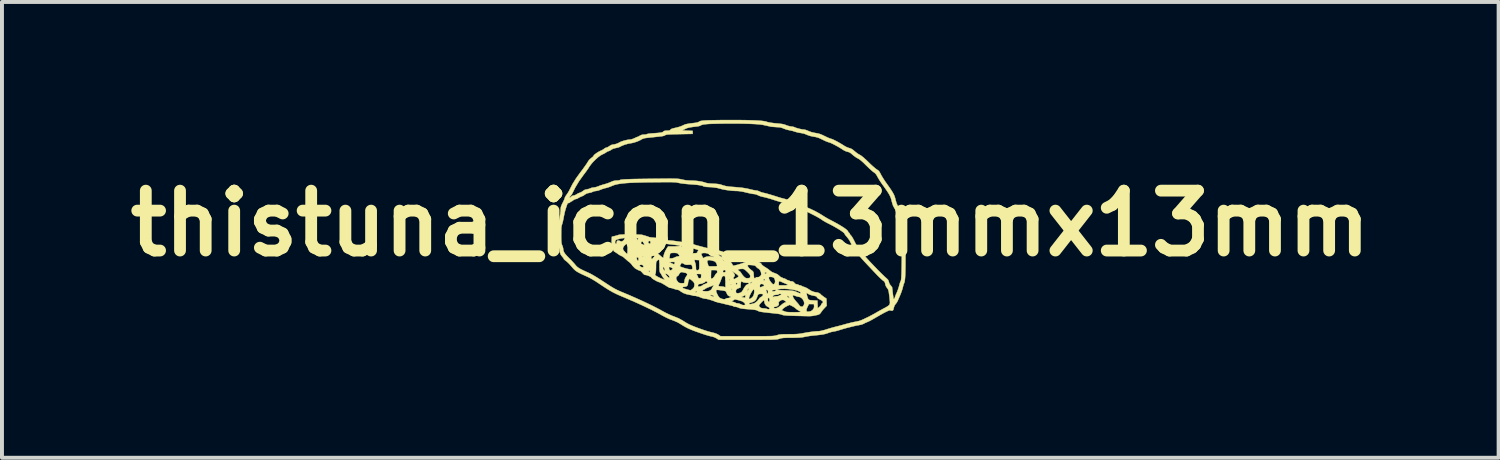
<source format=kicad_pcb>
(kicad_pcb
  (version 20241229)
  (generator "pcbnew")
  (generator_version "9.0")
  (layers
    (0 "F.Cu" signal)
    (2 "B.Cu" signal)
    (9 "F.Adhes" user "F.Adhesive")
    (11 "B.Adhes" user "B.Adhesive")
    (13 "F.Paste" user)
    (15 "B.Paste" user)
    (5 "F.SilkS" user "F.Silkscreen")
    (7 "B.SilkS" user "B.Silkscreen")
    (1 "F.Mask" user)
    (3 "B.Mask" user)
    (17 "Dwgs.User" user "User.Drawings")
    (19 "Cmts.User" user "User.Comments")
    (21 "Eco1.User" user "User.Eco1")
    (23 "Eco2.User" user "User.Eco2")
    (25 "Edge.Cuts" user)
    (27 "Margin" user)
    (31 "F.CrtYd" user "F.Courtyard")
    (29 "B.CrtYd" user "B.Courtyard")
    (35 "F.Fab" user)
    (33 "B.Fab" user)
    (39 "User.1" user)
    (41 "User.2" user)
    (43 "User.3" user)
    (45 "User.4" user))
  (footprint "thistuna_icon_13mmx13mm"
    (layer "F.Cu")
    (at 16.046 2.637)
    (property "Reference" "thistuna_icon_13mmx13mm" (at 0 0 0) (layer "F.SilkS") (effects (font (size 1.524 1.524) (thickness 0.3))))
    (attr through_hole)
    (fp_poly (pts (xy -0.317 -2.631) (xy -0.151 -2.63) (xy -0.005 -2.626) (xy 0.121 -2.622) (xy 0.226 -2.616) (xy 0.308 -2.609) (xy 0.367 -2.6) (xy 0.4 -2.592) (xy 0.447 -2.577) (xy 0.516 -2.564) (xy 0.606 -2.552) (xy 0.713 -2.542) (xy 0.724 -2.541) (xy 0.811 -2.531) (xy 0.877 -2.515) (xy 0.906 -2.503) (xy 0.956 -2.485) (xy 1.014 -2.471) (xy 1.039 -2.467) (xy 1.081 -2.462) (xy 1.114 -2.454) (xy 1.127 -2.448) (xy 1.149 -2.438) (xy 1.189 -2.425) (xy 1.238 -2.411) (xy 1.29 -2.4) (xy 1.336 -2.391) (xy 1.369 -2.388) (xy 1.403 -2.382) (xy 1.447 -2.367) (xy 1.483 -2.351) (xy 1.557 -2.323) (xy 1.646 -2.303) (xy 1.662 -2.301) (xy 1.722 -2.29) (xy 1.775 -2.275) (xy 1.832 -2.252) (xy 1.89 -2.224) (xy 1.946 -2.197) (xy 1.997 -2.174) (xy 2.037 -2.159) (xy 2.056 -2.154) (xy 2.087 -2.144) (xy 2.134 -2.122) (xy 2.192 -2.093) (xy 2.257 -2.057) (xy 2.324 -2.018) (xy 2.387 -1.978) (xy 2.394 -1.974) (xy 2.442 -1.947) (xy 2.493 -1.926) (xy 2.52 -1.918) (xy 2.565 -1.903) (xy 2.61 -1.875) (xy 2.653 -1.839) (xy 2.697 -1.803) (xy 2.743 -1.77) (xy 2.781 -1.749) (xy 2.819 -1.726) (xy 2.873 -1.684) (xy 2.941 -1.623) (xy 3.004 -1.563) (xy 3.06 -1.508) (xy 3.115 -1.458) (xy 3.164 -1.416) (xy 3.202 -1.385) (xy 3.223 -1.371) (xy 3.255 -1.35) (xy 3.28 -1.324) (xy 3.303 -1.285) (xy 3.321 -1.251) (xy 3.345 -1.206) (xy 3.381 -1.147) (xy 3.422 -1.083) (xy 3.466 -1.021) (xy 3.47 -1.015) (xy 3.533 -0.927) (xy 3.582 -0.855) (xy 3.62 -0.795) (xy 3.649 -0.743) (xy 3.67 -0.695) (xy 3.685 -0.648) (xy 3.697 -0.599) (xy 3.721 -0.514) (xy 3.75 -0.451) (xy 3.759 -0.436) (xy 3.782 -0.398) (xy 3.795 -0.363) (xy 3.797 -0.349) (xy 3.802 -0.321) (xy 3.816 -0.279) (xy 3.834 -0.231) (xy 3.835 -0.229) (xy 3.858 -0.169) (xy 3.871 -0.115) (xy 3.874 -0.087) (xy 3.879 -0.048) (xy 3.892 0.004) (xy 3.91 0.058) (xy 3.912 0.064) (xy 3.95 0.159) (xy 3.95 0.755) (xy 3.949 0.912) (xy 3.949 1.046) (xy 3.947 1.159) (xy 3.945 1.253) (xy 3.942 1.329) (xy 3.938 1.391) (xy 3.933 1.439) (xy 3.927 1.476) (xy 3.92 1.505) (xy 3.911 1.526) (xy 3.911 1.526) (xy 3.902 1.549) (xy 3.891 1.588) (xy 3.88 1.631) (xy 3.865 1.685) (xy 3.843 1.749) (xy 3.82 1.809) (xy 3.818 1.813) (xy 3.795 1.867) (xy 3.772 1.919) (xy 3.755 1.96) (xy 3.753 1.965) (xy 3.733 2.003) (xy 3.712 2.034) (xy 3.705 2.041) (xy 3.673 2.084) (xy 3.651 2.147) (xy 3.646 2.172) (xy 3.636 2.204) (xy 3.617 2.219) (xy 3.608 2.22) (xy 3.58 2.219) (xy 3.565 2.212) (xy 3.551 2.209) (xy 3.521 2.218) (xy 3.474 2.239) (xy 3.41 2.271) (xy 3.328 2.316) (xy 3.227 2.374) (xy 3.113 2.44) (xy 3.063 2.468) (xy 3.012 2.494) (xy 2.973 2.51) (xy 2.931 2.528) (xy 2.893 2.547) (xy 2.883 2.553) (xy 2.855 2.565) (xy 2.811 2.578) (xy 2.759 2.588) (xy 2.75 2.59) (xy 2.698 2.599) (xy 2.629 2.615) (xy 2.548 2.635) (xy 2.463 2.656) (xy 2.381 2.679) (xy 2.306 2.701) (xy 2.247 2.72) (xy 2.241 2.722) (xy 2.198 2.734) (xy 2.145 2.746) (xy 2.121 2.749) (xy 2.069 2.76) (xy 2.01 2.777) (xy 1.975 2.79) (xy 1.918 2.809) (xy 1.847 2.824) (xy 1.784 2.833) (xy 1.715 2.841) (xy 1.638 2.849) (xy 1.568 2.856) (xy 1.562 2.857) (xy 1.498 2.865) (xy 1.432 2.876) (xy 1.376 2.887) (xy 1.372 2.888) (xy 1.325 2.897) (xy 1.266 2.903) (xy 1.189 2.906) (xy 1.092 2.908) (xy 1.053 2.908) (xy 0.966 2.909) (xy 0.899 2.91) (xy 0.848 2.913) (xy 0.809 2.917) (xy 0.777 2.923) (xy 0.747 2.932) (xy 0.743 2.934) (xy 0.726 2.939) (xy 0.709 2.944) (xy 0.689 2.947) (xy 0.663 2.951) (xy 0.631 2.953) (xy 0.589 2.955) (xy 0.535 2.957) (xy 0.469 2.958) (xy 0.386 2.958) (xy 0.285 2.959) (xy 0.165 2.959) (xy 0.023 2.959) (xy -0.069 2.959) (xy -0.806 2.959) (xy -0.861 2.923) (xy -0.907 2.899) (xy -0.957 2.882) (xy -0.974 2.878) (xy -1.009 2.871) (xy -1.061 2.857) (xy -1.123 2.839) (xy -1.186 2.819) (xy -1.311 2.776) (xy -1.415 2.739) (xy -1.502 2.705) (xy -1.575 2.674) (xy -1.638 2.642) (xy -1.695 2.61) (xy -1.74 2.582) (xy -1.843 2.52) (xy -1.945 2.475) (xy -1.981 2.462) (xy -2.054 2.434) (xy -2.141 2.394) (xy -2.237 2.344) (xy -2.292 2.313) (xy -2.381 2.265) (xy -2.49 2.209) (xy -2.614 2.149) (xy -2.75 2.084) (xy -2.895 2.018) (xy -3.043 1.953) (xy -3.191 1.889) (xy -3.271 1.856) (xy -3.352 1.821) (xy -3.426 1.787) (xy -3.497 1.751) (xy -3.57 1.71) (xy -3.65 1.661) (xy -3.74 1.603) (xy -3.845 1.533) (xy -3.873 1.514) (xy -3.941 1.469) (xy -4.016 1.424) (xy -4.088 1.384) (xy -4.149 1.354) (xy -4.156 1.351) (xy -4.247 1.31) (xy -4.318 1.277) (xy -4.373 1.248) (xy -4.417 1.223) (xy -4.453 1.197) (xy -4.485 1.168) (xy -4.516 1.135) (xy -4.546 1.099) (xy -4.589 1.05) (xy -4.634 1.004) (xy -4.673 0.968) (xy -4.693 0.952) (xy -4.725 0.928) (xy -4.745 0.906) (xy -4.75 0.897) (xy -4.758 0.878) (xy -4.78 0.853) (xy -4.783 0.85) (xy -4.824 0.796) (xy -4.848 0.732) (xy -4.852 0.696) (xy -4.857 0.658) (xy -4.871 0.613) (xy -4.877 0.599) (xy -4.886 0.577) (xy -4.892 0.554) (xy -4.897 0.524) (xy -4.9 0.484) (xy -4.901 0.431) (xy -4.902 0.359) (xy -4.902 0.285) (xy -4.902 0.281) (xy -4.813 0.281) (xy -4.813 0.289) (xy -4.813 0.37) (xy -4.811 0.431) (xy -4.808 0.475) (xy -4.804 0.508) (xy -4.797 0.535) (xy -4.788 0.557) (xy -4.772 0.599) (xy -4.763 0.638) (xy -4.763 0.649) (xy -4.758 0.689) (xy -4.742 0.729) (xy -4.714 0.773) (xy -4.669 0.825) (xy -4.618 0.877) (xy -4.568 0.926) (xy -4.52 0.978) (xy -4.478 1.024) (xy -4.455 1.052) (xy -4.43 1.081) (xy -4.402 1.108) (xy -4.367 1.133) (xy -4.322 1.16) (xy -4.263 1.19) (xy -4.187 1.225) (xy -4.111 1.259) (xy -4.062 1.283) (xy -3.996 1.32) (xy -3.917 1.367) (xy -3.829 1.422) (xy -3.737 1.482) (xy -3.722 1.492) (xy -3.633 1.55) (xy -3.561 1.597) (xy -3.5 1.634) (xy -3.445 1.665) (xy -3.392 1.692) (xy -3.336 1.718) (xy -3.272 1.746) (xy -3.232 1.762) (xy -3.072 1.829) (xy -2.913 1.899) (xy -2.757 1.969) (xy -2.61 2.038) (xy -2.475 2.104) (xy -2.356 2.165) (xy -2.261 2.216) (xy -2.158 2.272) (xy -2.061 2.319) (xy -1.976 2.356) (xy -1.937 2.37) (xy -1.825 2.415) (xy -1.718 2.474) (xy -1.689 2.493) (xy -1.626 2.532) (xy -1.558 2.569) (xy -1.479 2.604) (xy -1.387 2.641) (xy -1.278 2.681) (xy -1.156 2.723) (xy -1.092 2.743) (xy -1.028 2.761) (xy -0.973 2.775) (xy -0.947 2.78) (xy -0.888 2.797) (xy -0.83 2.822) (xy -0.814 2.832) (xy -0.756 2.87) (xy -0.075 2.87) (xy 0.074 2.87) (xy 0.201 2.87) (xy 0.306 2.87) (xy 0.392 2.869) (xy 0.463 2.868) (xy 0.518 2.867) (xy 0.562 2.865) (xy 0.596 2.862) (xy 0.623 2.859) (xy 0.644 2.855) (xy 0.662 2.85) (xy 0.679 2.845) (xy 0.679 2.845) (xy 0.71 2.835) (xy 0.742 2.829) (xy 0.781 2.824) (xy 0.83 2.821) (xy 0.895 2.82) (xy 0.981 2.819) (xy 0.983 2.819) (xy 1.082 2.819) (xy 1.161 2.816) (xy 1.228 2.811) (xy 1.286 2.804) (xy 1.333 2.795) (xy 1.43 2.777) (xy 1.528 2.762) (xy 1.618 2.751) (xy 1.695 2.744) (xy 1.732 2.743) (xy 1.773 2.739) (xy 1.83 2.727) (xy 1.895 2.71) (xy 1.929 2.699) (xy 1.994 2.679) (xy 2.061 2.659) (xy 2.119 2.643) (xy 2.146 2.636) (xy 2.189 2.625) (xy 2.249 2.61) (xy 2.32 2.591) (xy 2.393 2.571) (xy 2.413 2.565) (xy 2.486 2.545) (xy 2.56 2.527) (xy 2.625 2.512) (xy 2.676 2.502) (xy 2.686 2.5) (xy 2.743 2.489) (xy 2.8 2.472) (xy 2.838 2.457) (xy 2.885 2.436) (xy 2.94 2.409) (xy 2.985 2.389) (xy 3.032 2.365) (xy 3.092 2.333) (xy 3.155 2.299) (xy 3.188 2.28) (xy 3.25 2.244) (xy 3.317 2.207) (xy 3.378 2.173) (xy 3.404 2.16) (xy 3.466 2.126) (xy 3.509 2.099) (xy 3.536 2.074) (xy 3.55 2.047) (xy 3.554 2.013) (xy 3.551 1.97) (xy 3.546 1.917) (xy 3.541 1.865) (xy 3.537 1.835) (xy 3.53 1.787) (xy 3.524 1.736) (xy 3.523 1.732) (xy 3.504 1.672) (xy 3.48 1.641) (xy 3.446 1.587) (xy 3.435 1.543) (xy 3.425 1.503) (xy 3.408 1.476) (xy 3.38 1.455) (xy 3.355 1.435) (xy 3.317 1.401) (xy 3.271 1.356) (xy 3.221 1.306) (xy 3.204 1.287) (xy 3.146 1.227) (xy 3.079 1.155) (xy 3.009 1.081) (xy 2.943 1.011) (xy 2.924 0.991) (xy 2.87 0.932) (xy 2.819 0.875) (xy 2.775 0.822) (xy 2.742 0.78) (xy 2.728 0.762) (xy 2.699 0.72) (xy 2.669 0.683) (xy 2.65 0.662) (xy 2.631 0.637) (xy 2.606 0.596) (xy 2.581 0.545) (xy 2.571 0.523) (xy 2.524 0.43) (xy 2.471 0.357) (xy 2.462 0.347) (xy 2.432 0.312) (xy 2.409 0.282) (xy 2.4 0.264) (xy 2.4 0.263) (xy 2.389 0.246) (xy 2.359 0.22) (xy 2.312 0.186) (xy 2.252 0.147) (xy 2.181 0.105) (xy 2.104 0.061) (xy 2.023 0.019) (xy 1.957 -0.014) (xy 1.905 -0.042) (xy 1.852 -0.073) (xy 1.818 -0.097) (xy 1.779 -0.123) (xy 1.722 -0.156) (xy 1.653 -0.194) (xy 1.576 -0.233) (xy 1.498 -0.272) (xy 1.424 -0.307) (xy 1.359 -0.335) (xy 1.316 -0.351) (xy 1.257 -0.37) (xy 1.193 -0.388) (xy 1.146 -0.399) (xy 1.071 -0.423) (xy 0.995 -0.462) (xy 0.988 -0.467) (xy 0.933 -0.497) (xy 0.881 -0.519) (xy 0.851 -0.526) (xy 0.819 -0.533) (xy 0.769 -0.547) (xy 0.707 -0.565) (xy 0.638 -0.587) (xy 0.606 -0.597) (xy 0.533 -0.621) (xy 0.461 -0.642) (xy 0.396 -0.66) (xy 0.346 -0.672) (xy 0.332 -0.674) (xy 0.279 -0.687) (xy 0.226 -0.704) (xy 0.195 -0.719) (xy 0.152 -0.738) (xy 0.108 -0.748) (xy 0.095 -0.749) (xy 0.065 -0.752) (xy 0.017 -0.761) (xy -0.042 -0.773) (xy -0.102 -0.787) (xy -0.168 -0.803) (xy -0.232 -0.815) (xy -0.286 -0.823) (xy -0.319 -0.826) (xy -0.387 -0.828) (xy -0.465 -0.833) (xy -0.545 -0.842) (xy -0.622 -0.853) (xy -0.688 -0.865) (xy -0.735 -0.876) (xy -0.737 -0.877) (xy -0.849 -0.906) (xy -0.973 -0.923) (xy -1.065 -0.927) (xy -1.138 -0.932) (xy -1.19 -0.945) (xy -1.198 -0.949) (xy -1.221 -0.959) (xy -1.253 -0.967) (xy -1.298 -0.975) (xy -1.357 -0.983) (xy -1.435 -0.99) (xy -1.533 -0.998) (xy -1.594 -1.002) (xy -1.664 -1.009) (xy -1.733 -1.017) (xy -1.791 -1.026) (xy -1.832 -1.034) (xy -1.853 -1.039) (xy -1.877 -1.044) (xy -1.907 -1.047) (xy -1.946 -1.049) (xy -1.996 -1.051) (xy -2.06 -1.051) (xy -2.14 -1.051) (xy -2.239 -1.051) (xy -2.359 -1.05) (xy -2.454 -1.049) (xy -2.64 -1.047) (xy -2.803 -1.043) (xy -2.944 -1.039) (xy -3.066 -1.034) (xy -3.17 -1.027) (xy -3.259 -1.018) (xy -3.334 -1.008) (xy -3.398 -0.996) (xy -3.452 -0.982) (xy -3.498 -0.966) (xy -3.523 -0.955) (xy -3.576 -0.933) (xy -3.633 -0.914) (xy -3.674 -0.903) (xy -3.725 -0.891) (xy -3.783 -0.871) (xy -3.816 -0.858) (xy -3.863 -0.84) (xy -3.909 -0.829) (xy -3.936 -0.826) (xy -3.975 -0.82) (xy -4.008 -0.807) (xy -4.01 -0.806) (xy -4.039 -0.793) (xy -4.081 -0.782) (xy -4.104 -0.778) (xy -4.166 -0.763) (xy -4.209 -0.736) (xy -4.248 -0.709) (xy -4.293 -0.688) (xy -4.299 -0.686) (xy -4.34 -0.669) (xy -4.375 -0.649) (xy -4.38 -0.646) (xy -4.412 -0.628) (xy -4.439 -0.622) (xy -4.468 -0.614) (xy -4.501 -0.595) (xy -4.506 -0.591) (xy -4.534 -0.57) (xy -4.554 -0.559) (xy -4.556 -0.559) (xy -4.574 -0.55) (xy -4.585 -0.54) (xy -4.61 -0.523) (xy -4.625 -0.521) (xy -4.648 -0.511) (xy -4.656 -0.498) (xy -4.667 -0.467) (xy -4.673 -0.451) (xy -4.702 -0.365) (xy -4.727 -0.271) (xy -4.749 -0.16) (xy -4.749 -0.159) (xy -4.761 -0.096) (xy -4.774 -0.039) (xy -4.786 0.007) (xy -4.793 0.028) (xy -4.801 0.053) (xy -4.807 0.087) (xy -4.811 0.133) (xy -4.812 0.197) (xy -4.813 0.281) (xy -4.902 0.281) (xy -4.902 0.194) (xy -4.901 0.124) (xy -4.899 0.071) (xy -4.895 0.03) (xy -4.889 -0.001) (xy -4.882 -0.029) (xy -4.878 -0.04) (xy -4.863 -0.094) (xy -4.849 -0.163) (xy -4.837 -0.24) (xy -4.829 -0.315) (xy -4.826 -0.378) (xy -4.82 -0.422) (xy -4.8 -0.476) (xy -4.775 -0.526) (xy -4.752 -0.572) (xy -4.734 -0.612) (xy -4.725 -0.639) (xy -4.724 -0.644) (xy -4.721 -0.653) (xy -4.606 -0.653) (xy -4.596 -0.654) (xy -4.588 -0.659) (xy -4.559 -0.679) (xy -4.547 -0.691) (xy -4.523 -0.706) (xy -4.497 -0.711) (xy -4.464 -0.719) (xy -4.428 -0.737) (xy -4.421 -0.742) (xy -4.383 -0.765) (xy -4.344 -0.78) (xy -4.339 -0.782) (xy -4.303 -0.796) (xy -4.266 -0.821) (xy -4.261 -0.825) (xy -4.213 -0.856) (xy -4.16 -0.868) (xy -4.117 -0.877) (xy -4.08 -0.89) (xy -4.068 -0.895) (xy -4.036 -0.908) (xy -3.996 -0.914) (xy -3.99 -0.914) (xy -3.95 -0.92) (xy -3.901 -0.933) (xy -3.869 -0.946) (xy -3.815 -0.967) (xy -3.754 -0.986) (xy -3.718 -0.996) (xy -3.662 -1.012) (xy -3.6 -1.034) (xy -3.556 -1.053) (xy -3.493 -1.079) (xy -3.438 -1.09) (xy -3.403 -1.092) (xy -3.362 -1.094) (xy -3.331 -1.099) (xy -3.32 -1.104) (xy -3.309 -1.109) (xy -3.286 -1.114) (xy -3.249 -1.118) (xy -3.198 -1.122) (xy -3.13 -1.125) (xy -3.045 -1.128) (xy -2.94 -1.131) (xy -2.815 -1.133) (xy -2.668 -1.135) (xy -2.497 -1.137) (xy -2.455 -1.138) (xy -2.313 -1.139) (xy -2.195 -1.14) (xy -2.097 -1.141) (xy -2.017 -1.141) (xy -1.953 -1.14) (xy -1.901 -1.139) (xy -1.86 -1.137) (xy -1.827 -1.134) (xy -1.8 -1.131) (xy -1.775 -1.126) (xy -1.752 -1.121) (xy -1.741 -1.118) (xy -1.648 -1.1) (xy -1.551 -1.092) (xy -1.535 -1.092) (xy -1.445 -1.089) (xy -1.355 -1.082) (xy -1.271 -1.07) (xy -1.2 -1.055) (xy -1.156 -1.041) (xy -1.113 -1.028) (xy -1.056 -1.019) (xy -0.98 -1.013) (xy -0.946 -1.012) (xy -0.871 -1.008) (xy -0.813 -1.002) (xy -0.766 -0.993) (xy -0.721 -0.979) (xy -0.711 -0.975) (xy -0.626 -0.951) (xy -0.526 -0.936) (xy -0.514 -0.935) (xy -0.395 -0.926) (xy -0.298 -0.917) (xy -0.217 -0.909) (xy -0.15 -0.899) (xy -0.092 -0.889) (xy -0.039 -0.877) (xy -0.013 -0.871) (xy 0.045 -0.857) (xy 0.097 -0.846) (xy 0.138 -0.839) (xy 0.151 -0.838) (xy 0.192 -0.831) (xy 0.233 -0.814) (xy 0.233 -0.814) (xy 0.268 -0.798) (xy 0.316 -0.783) (xy 0.35 -0.776) (xy 0.39 -0.767) (xy 0.447 -0.751) (xy 0.516 -0.731) (xy 0.588 -0.709) (xy 0.617 -0.7) (xy 0.689 -0.677) (xy 0.759 -0.655) (xy 0.821 -0.638) (xy 0.868 -0.626) (xy 0.882 -0.623) (xy 0.968 -0.596) (xy 1.034 -0.559) (xy 1.084 -0.531) (xy 1.136 -0.508) (xy 1.175 -0.496) (xy 1.281 -0.467) (xy 1.4 -0.425) (xy 1.525 -0.372) (xy 1.649 -0.313) (xy 1.765 -0.249) (xy 1.835 -0.205) (xy 1.889 -0.171) (xy 1.948 -0.136) (xy 1.998 -0.108) (xy 2 -0.107) (xy 2.115 -0.047) (xy 2.218 0.009) (xy 2.306 0.061) (xy 2.379 0.107) (xy 2.435 0.147) (xy 2.47 0.178) (xy 2.484 0.199) (xy 2.497 0.224) (xy 2.509 0.234) (xy 2.526 0.25) (xy 2.527 0.258) (xy 2.536 0.277) (xy 2.557 0.302) (xy 2.561 0.306) (xy 2.581 0.33) (xy 2.606 0.371) (xy 2.634 0.423) (xy 2.651 0.457) (xy 2.68 0.514) (xy 2.709 0.567) (xy 2.736 0.608) (xy 2.748 0.624) (xy 2.778 0.661) (xy 2.813 0.706) (xy 2.838 0.739) (xy 2.869 0.778) (xy 2.914 0.83) (xy 2.971 0.894) (xy 3.036 0.965) (xy 3.107 1.04) (xy 3.18 1.116) (xy 3.251 1.19) (xy 3.319 1.258) (xy 3.38 1.317) (xy 3.43 1.365) (xy 3.467 1.397) (xy 3.471 1.4) (xy 3.506 1.436) (xy 3.523 1.479) (xy 3.524 1.487) (xy 3.544 1.54) (xy 3.57 1.576) (xy 3.593 1.602) (xy 3.606 1.62) (xy 3.608 1.623) (xy 3.611 1.654) (xy 3.617 1.702) (xy 3.623 1.758) (xy 3.63 1.814) (xy 3.637 1.86) (xy 3.64 1.885) (xy 3.646 1.916) (xy 3.652 1.925) (xy 3.662 1.916) (xy 3.666 1.911) (xy 3.679 1.886) (xy 3.683 1.873) (xy 3.688 1.855) (xy 3.701 1.821) (xy 3.721 1.776) (xy 3.727 1.764) (xy 3.751 1.704) (xy 3.774 1.638) (xy 3.79 1.582) (xy 3.802 1.536) (xy 3.813 1.5) (xy 3.821 1.481) (xy 3.822 1.48) (xy 3.828 1.469) (xy 3.834 1.449) (xy 3.839 1.421) (xy 3.843 1.381) (xy 3.846 1.328) (xy 3.849 1.26) (xy 3.851 1.174) (xy 3.853 1.069) (xy 3.855 0.943) (xy 3.856 0.793) (xy 3.856 0.778) (xy 3.862 0.204) (xy 3.823 0.113) (xy 3.798 0.044) (xy 3.786 -0.016) (xy 3.784 -0.036) (xy 3.778 -0.088) (xy 3.76 -0.148) (xy 3.751 -0.171) (xy 3.732 -0.219) (xy 3.718 -0.265) (xy 3.712 -0.292) (xy 3.7 -0.328) (xy 3.679 -0.371) (xy 3.664 -0.395) (xy 3.631 -0.458) (xy 3.606 -0.54) (xy 3.601 -0.56) (xy 3.588 -0.613) (xy 3.572 -0.662) (xy 3.549 -0.712) (xy 3.519 -0.766) (xy 3.478 -0.829) (xy 3.425 -0.905) (xy 3.386 -0.959) (xy 3.342 -1.02) (xy 3.3 -1.083) (xy 3.265 -1.139) (xy 3.24 -1.183) (xy 3.237 -1.189) (xy 3.207 -1.242) (xy 3.177 -1.278) (xy 3.144 -1.302) (xy 3.117 -1.322) (xy 3.077 -1.356) (xy 3.029 -1.4) (xy 2.976 -1.451) (xy 2.946 -1.48) (xy 2.876 -1.55) (xy 2.818 -1.601) (xy 2.772 -1.636) (xy 2.737 -1.656) (xy 2.694 -1.68) (xy 2.645 -1.715) (xy 2.602 -1.75) (xy 2.555 -1.79) (xy 2.516 -1.813) (xy 2.477 -1.824) (xy 2.435 -1.836) (xy 2.387 -1.859) (xy 2.364 -1.872) (xy 2.306 -1.91) (xy 2.241 -1.949) (xy 2.174 -1.986) (xy 2.111 -2.019) (xy 2.057 -2.045) (xy 2.016 -2.061) (xy 2.002 -2.065) (xy 1.97 -2.074) (xy 1.923 -2.093) (xy 1.869 -2.118) (xy 1.837 -2.134) (xy 1.77 -2.166) (xy 1.714 -2.188) (xy 1.658 -2.202) (xy 1.614 -2.209) (xy 1.53 -2.226) (xy 1.457 -2.25) (xy 1.436 -2.26) (xy 1.362 -2.288) (xy 1.289 -2.302) (xy 1.232 -2.311) (xy 1.17 -2.326) (xy 1.137 -2.336) (xy 1.081 -2.354) (xy 1.021 -2.368) (xy 0.989 -2.374) (xy 0.935 -2.386) (xy 0.876 -2.405) (xy 0.844 -2.418) (xy 0.79 -2.439) (xy 0.737 -2.449) (xy 0.682 -2.451) (xy 0.536 -2.462) (xy 0.383 -2.495) (xy 0.368 -2.499) (xy 0.31 -2.511) (xy 0.226 -2.522) (xy 0.117 -2.53) (xy -0.017 -2.536) (xy -0.176 -2.541) (xy -0.36 -2.543) (xy -0.508 -2.543) (xy -0.675 -2.542) (xy -0.818 -2.54) (xy -0.939 -2.537) (xy -1.038 -2.534) (xy -1.117 -2.528) (xy -1.177 -2.522) (xy -1.219 -2.514) (xy -1.246 -2.505) (xy -1.253 -2.5) (xy -1.28 -2.486) (xy -1.319 -2.475) (xy -1.333 -2.472) (xy -1.421 -2.462) (xy -1.488 -2.453) (xy -1.538 -2.445) (xy -1.577 -2.436) (xy -1.609 -2.427) (xy -1.638 -2.415) (xy -1.658 -2.405) (xy -1.734 -2.369) (xy -1.6 -2.362) (xy -1.467 -2.356) (xy -1.467 -2.28) (xy -1.805 -2.273) (xy -1.909 -2.271) (xy -1.99 -2.269) (xy -2.052 -2.266) (xy -2.098 -2.264) (xy -2.129 -2.26) (xy -2.15 -2.255) (xy -2.163 -2.249) (xy -2.167 -2.246) (xy -2.193 -2.233) (xy -2.236 -2.222) (xy -2.273 -2.217) (xy -2.328 -2.211) (xy -2.394 -2.204) (xy -2.458 -2.197) (xy -2.464 -2.197) (xy -2.526 -2.19) (xy -2.59 -2.183) (xy -2.643 -2.177) (xy -2.648 -2.177) (xy -2.695 -2.169) (xy -2.736 -2.156) (xy -2.756 -2.147) (xy -2.804 -2.119) (xy -2.867 -2.091) (xy -2.935 -2.067) (xy -2.998 -2.05) (xy -3.023 -2.045) (xy -3.099 -2.032) (xy -3.175 -2.012) (xy -3.243 -1.988) (xy -3.296 -1.964) (xy -3.303 -1.959) (xy -3.346 -1.939) (xy -3.399 -1.925) (xy -3.417 -1.922) (xy -3.492 -1.903) (xy -3.536 -1.878) (xy -3.57 -1.856) (xy -3.599 -1.843) (xy -3.608 -1.841) (xy -3.632 -1.834) (xy -3.662 -1.815) (xy -3.666 -1.812) (xy -3.7 -1.789) (xy -3.744 -1.767) (xy -3.764 -1.759) (xy -3.809 -1.734) (xy -3.866 -1.693) (xy -3.931 -1.636) (xy -4 -1.568) (xy -4.003 -1.565) (xy -4.034 -1.529) (xy -4.071 -1.482) (xy -4.104 -1.435) (xy -4.115 -1.416) (xy -4.135 -1.386) (xy -4.166 -1.342) (xy -4.204 -1.29) (xy -4.246 -1.235) (xy -4.248 -1.232) (xy -4.363 -1.071) (xy -4.457 -0.913) (xy -4.507 -0.812) (xy -4.529 -0.768) (xy -4.549 -0.732) (xy -4.565 -0.712) (xy -4.565 -0.711) (xy -4.589 -0.685) (xy -4.599 -0.67) (xy -4.606 -0.653) (xy -4.721 -0.653) (xy -4.717 -0.665) (xy -4.698 -0.699) (xy -4.676 -0.731) (xy -4.642 -0.78) (xy -4.609 -0.837) (xy -4.592 -0.871) (xy -4.522 -1.007) (xy -4.433 -1.15) (xy -4.336 -1.284) (xy -4.268 -1.374) (xy -4.209 -1.456) (xy -4.159 -1.528) (xy -4.124 -1.585) (xy -4.117 -1.596) (xy -4.097 -1.621) (xy -4.065 -1.651) (xy -4.045 -1.667) (xy -4.013 -1.692) (xy -3.993 -1.714) (xy -3.988 -1.723) (xy -3.978 -1.74) (xy -3.95 -1.764) (xy -3.912 -1.792) (xy -3.869 -1.819) (xy -3.826 -1.842) (xy -3.81 -1.849) (xy -3.767 -1.869) (xy -3.73 -1.893) (xy -3.72 -1.901) (xy -3.691 -1.921) (xy -3.664 -1.93) (xy -3.662 -1.93) (xy -3.637 -1.938) (xy -3.603 -1.957) (xy -3.587 -1.968) (xy -3.551 -1.991) (xy -3.517 -2.004) (xy -3.505 -2.006) (xy -3.455 -2.013) (xy -3.399 -2.029) (xy -3.351 -2.05) (xy -3.34 -2.057) (xy -3.303 -2.076) (xy -3.251 -2.096) (xy -3.19 -2.113) (xy -3.131 -2.127) (xy -3.083 -2.133) (xy -3.074 -2.134) (xy -3.028 -2.14) (xy -2.976 -2.157) (xy -2.962 -2.164) (xy -2.921 -2.183) (xy -2.884 -2.199) (xy -2.87 -2.203) (xy -2.836 -2.218) (xy -2.805 -2.237) (xy -2.759 -2.256) (xy -2.709 -2.261) (xy -2.67 -2.263) (xy -2.642 -2.268) (xy -2.635 -2.272) (xy -2.617 -2.278) (xy -2.581 -2.285) (xy -2.533 -2.29) (xy -2.515 -2.291) (xy -2.424 -2.298) (xy -2.355 -2.303) (xy -2.304 -2.309) (xy -2.269 -2.314) (xy -2.245 -2.319) (xy -2.23 -2.326) (xy -2.219 -2.334) (xy -2.215 -2.338) (xy -2.194 -2.353) (xy -2.162 -2.36) (xy -2.119 -2.362) (xy -2.074 -2.364) (xy -2.048 -2.371) (xy -2.034 -2.384) (xy -2.033 -2.385) (xy -2.011 -2.404) (xy -1.968 -2.419) (xy -1.947 -2.424) (xy -1.872 -2.441) (xy -1.816 -2.456) (xy -1.771 -2.471) (xy -1.731 -2.488) (xy -1.708 -2.499) (xy -1.681 -2.511) (xy -1.653 -2.522) (xy -1.619 -2.53) (xy -1.575 -2.538) (xy -1.516 -2.547) (xy -1.437 -2.556) (xy -1.397 -2.561) (xy -1.349 -2.57) (xy -1.312 -2.584) (xy -1.302 -2.591) (xy -1.288 -2.6) (xy -1.267 -2.607) (xy -1.235 -2.613) (xy -1.192 -2.618) (xy -1.135 -2.622) (xy -1.062 -2.625) (xy -0.972 -2.627) (xy -0.863 -2.629) (xy -0.733 -2.631) (xy -0.581 -2.631) (xy -0.502 -2.632) (xy -0.317 -2.631)) (stroke (width 0.01) (type solid)) (fill yes) (layer "F.SilkS"))
    (fp_poly (pts (xy -3.01 0.28) (xy -2.934 0.281) (xy -2.866 0.283) (xy -2.809 0.285) (xy -2.768 0.288) (xy -2.75 0.291) (xy -2.713 0.302) (xy -2.668 0.315) (xy -2.654 0.319) (xy -2.617 0.33) (xy -2.59 0.341) (xy -2.584 0.344) (xy -2.566 0.349) (xy -2.53 0.355) (xy -2.483 0.359) (xy -2.477 0.36) (xy -2.361 0.371) (xy -2.261 0.387) (xy -2.181 0.409) (xy -2.173 0.412) (xy -2.123 0.425) (xy -2.07 0.432) (xy -2.059 0.432) (xy -2.019 0.435) (xy -1.964 0.441) (xy -1.904 0.449) (xy -1.886 0.452) (xy -1.817 0.462) (xy -1.74 0.473) (xy -1.671 0.48) (xy -1.664 0.481) (xy -1.61 0.487) (xy -1.564 0.495) (xy -1.532 0.504) (xy -1.527 0.506) (xy -1.506 0.515) (xy -1.464 0.528) (xy -1.407 0.545) (xy -1.34 0.564) (xy -1.279 0.58) (xy -1.203 0.6) (xy -1.131 0.619) (xy -1.068 0.636) (xy -1.02 0.649) (xy -0.997 0.655) (xy -0.95 0.666) (xy -0.891 0.677) (xy -0.845 0.684) (xy -0.784 0.696) (xy -0.721 0.713) (xy -0.679 0.729) (xy -0.61 0.752) (xy -0.545 0.762) (xy -0.54 0.762) (xy -0.471 0.765) (xy -0.404 0.774) (xy -0.346 0.787) (xy -0.302 0.802) (xy -0.285 0.814) (xy -0.253 0.832) (xy -0.22 0.838) (xy -0.156 0.847) (xy -0.086 0.871) (xy -0.02 0.905) (xy -0.011 0.912) (xy 0.039 0.94) (xy 0.095 0.956) (xy 0.123 0.96) (xy 0.187 0.972) (xy 0.239 0.992) (xy 0.275 1.019) (xy 0.288 1.041) (xy 0.302 1.059) (xy 0.332 1.083) (xy 0.372 1.11) (xy 0.378 1.113) (xy 0.426 1.143) (xy 0.47 1.175) (xy 0.502 1.202) (xy 0.502 1.202) (xy 0.549 1.236) (xy 0.611 1.262) (xy 0.617 1.263) (xy 0.686 1.292) (xy 0.732 1.328) (xy 0.76 1.354) (xy 0.785 1.37) (xy 0.792 1.372) (xy 0.814 1.379) (xy 0.819 1.384) (xy 0.837 1.395) (xy 0.853 1.397) (xy 0.881 1.405) (xy 0.911 1.422) (xy 0.941 1.44) (xy 0.966 1.448) (xy 0.99 1.454) (xy 0.997 1.46) (xy 1.014 1.469) (xy 1.045 1.473) (xy 1.048 1.473) (xy 1.085 1.479) (xy 1.113 1.502) (xy 1.12 1.511) (xy 1.152 1.542) (xy 1.183 1.549) (xy 1.211 1.554) (xy 1.226 1.562) (xy 1.243 1.572) (xy 1.264 1.575) (xy 1.29 1.58) (xy 1.302 1.588) (xy 1.318 1.598) (xy 1.35 1.61) (xy 1.367 1.615) (xy 1.412 1.632) (xy 1.461 1.658) (xy 1.483 1.673) (xy 1.548 1.715) (xy 1.615 1.742) (xy 1.675 1.753) (xy 1.677 1.753) (xy 1.715 1.759) (xy 1.755 1.775) (xy 1.785 1.796) (xy 1.791 1.804) (xy 1.805 1.818) (xy 1.835 1.841) (xy 1.868 1.866) (xy 1.937 1.913) (xy 1.94 2.004) (xy 1.944 2.095) (xy 1.892 2.149) (xy 1.856 2.188) (xy 1.824 2.228) (xy 1.81 2.248) (xy 1.781 2.289) (xy 1.753 2.313) (xy 1.72 2.325) (xy 1.708 2.328) (xy 1.671 2.336) (xy 1.626 2.345) (xy 1.613 2.348) (xy 1.568 2.355) (xy 1.512 2.359) (xy 1.473 2.359) (xy 1.435 2.358) (xy 1.377 2.357) (xy 1.304 2.355) (xy 1.222 2.353) (xy 1.135 2.351) (xy 1.118 2.35) (xy 1.017 2.347) (xy 0.94 2.344) (xy 0.883 2.339) (xy 0.843 2.334) (xy 0.819 2.328) (xy 0.813 2.325) (xy 0.785 2.315) (xy 0.741 2.305) (xy 0.689 2.297) (xy 0.679 2.296) (xy 0.56 2.283) (xy 0.464 2.273) (xy 0.388 2.264) (xy 0.329 2.257) (xy 0.285 2.251) (xy 0.254 2.246) (xy 0.232 2.241) (xy 0.218 2.237) (xy 0.209 2.232) (xy 0.201 2.226) (xy 0.199 2.224) (xy 0.182 2.214) (xy 0.164 2.209) (xy 0.796 2.209) (xy 0.833 2.223) (xy 0.869 2.237) (xy 0.895 2.248) (xy 0.917 2.252) (xy 0.956 2.256) (xy 1.008 2.258) (xy 1.067 2.259) (xy 1.127 2.26) (xy 1.184 2.259) (xy 1.233 2.257) (xy 1.267 2.254) (xy 1.282 2.25) (xy 1.283 2.25) (xy 1.272 2.239) (xy 1.246 2.223) (xy 1.231 2.216) (xy 1.229 2.215) (xy 1.427 2.215) (xy 1.429 2.223) (xy 1.437 2.24) (xy 1.452 2.246) (xy 1.482 2.245) (xy 1.497 2.243) (xy 1.543 2.232) (xy 1.577 2.209) (xy 1.591 2.194) (xy 1.616 2.159) (xy 1.623 2.123) (xy 1.623 2.102) (xy 1.619 2.051) (xy 1.492 2.051) (xy 1.456 2.123) (xy 1.433 2.177) (xy 1.427 2.215) (xy 1.229 2.215) (xy 1.194 2.195) (xy 1.164 2.172) (xy 1.158 2.166) (xy 1.135 2.145) (xy 1.098 2.121) (xy 1.069 2.105) (xy 1.001 2.071) (xy 0.935 2.101) (xy 0.891 2.125) (xy 0.849 2.155) (xy 0.833 2.17) (xy 0.796 2.209) (xy 0.164 2.209) (xy 0.153 2.206) (xy 0.11 2.198) (xy 0.05 2.191) (xy -0.03 2.184) (xy -0.121 2.177) (xy -0.206 2.168) (xy -0.269 2.155) (xy -0.295 2.145) (xy -0.334 2.129) (xy -0.372 2.121) (xy -0.378 2.121) (xy -0.409 2.117) (xy -0.426 2.109) (xy -0.444 2.101) (xy -0.464 2.095) (xy 0.222 2.095) (xy 0.229 2.113) (xy 0.242 2.128) (xy 0.271 2.15) (xy 0.309 2.159) (xy 0.329 2.16) (xy 0.371 2.163) (xy 0.405 2.169) (xy 0.413 2.172) (xy 0.45 2.183) (xy 0.479 2.182) (xy 0.493 2.171) (xy 0.493 2.164) (xy 0.479 2.141) (xy 0.478 2.14) (xy 0.597 2.14) (xy 0.607 2.154) (xy 0.634 2.159) (xy 0.668 2.154) (xy 0.703 2.14) (xy 0.708 2.137) (xy 0.738 2.116) (xy 0.775 2.086) (xy 0.796 2.068) (xy 0.832 2.039) (xy 0.866 2.018) (xy 0.883 2.012) (xy 0.916 2.003) (xy 0.888 1.973) (xy 0.848 1.948) (xy 0.803 1.946) (xy 0.762 1.965) (xy 0.73 1.99) (xy 0.719 2.01) (xy 0.724 2.033) (xy 0.725 2.035) (xy 0.727 2.06) (xy 0.709 2.087) (xy 0.68 2.109) (xy 0.644 2.12) (xy 0.636 2.121) (xy 0.605 2.126) (xy 0.597 2.14) (xy 0.478 2.14) (xy 0.467 2.132) (xy 0.435 2.116) (xy 0.423 2.11) (xy 0.396 2.086) (xy 0.372 2.048) (xy 0.358 2.005) (xy 0.357 1.991) (xy 0.353 1.965) (xy 0.341 1.958) (xy 0.32 1.971) (xy 0.286 2.004) (xy 0.283 2.008) (xy 0.247 2.048) (xy 0.227 2.075) (xy 0.222 2.095) (xy -0.464 2.095) (xy -0.479 2.091) (xy -0.525 2.079) (xy -0.533 2.078) (xy -0.592 2.065) (xy -0.652 2.05) (xy -0.698 2.038) (xy -0.74 2.028) (xy -0.774 2.021) (xy -0.787 2.019) (xy -0.806 2.015) (xy -0.844 2.004) (xy -0.894 1.987) (xy -0.908 1.982) (xy -0.476 1.982) (xy -0.469 1.988) (xy -0.439 1.996) (xy -0.438 1.996) (xy -0.403 2.006) (xy -0.379 2.017) (xy -0.376 2.02) (xy -0.355 2.029) (xy -0.324 2.033) (xy -0.287 2.039) (xy -0.246 2.055) (xy -0.241 2.057) (xy -0.195 2.077) (xy -0.157 2.081) (xy -0.134 2.069) (xy -0.131 2.063) (xy -0.135 2.041) (xy -0.137 2.039) (xy -0.033 2.039) (xy -0.031 2.046) (xy -0.023 2.053) (xy -0.007 2.054) (xy 0.021 2.051) (xy 0.068 2.041) (xy 0.083 2.038) (xy 0.122 2.02) (xy 0.165 1.986) (xy 0.204 1.945) (xy 0.211 1.934) (xy 0.445 1.934) (xy 0.449 1.969) (xy 0.459 1.992) (xy 0.472 1.997) (xy 0.485 1.982) (xy 0.485 1.98) (xy 0.49 1.947) (xy 0.488 1.923) (xy 0.475 1.897) (xy 0.459 1.893) (xy 0.448 1.91) (xy 0.445 1.934) (xy 0.211 1.934) (xy 0.224 1.915) (xy 0.246 1.887) (xy 0.271 1.873) (xy 0.284 1.866) (xy 0.572 1.866) (xy 0.575 1.878) (xy 0.587 1.869) (xy 0.608 1.86) (xy 0.644 1.855) (xy 0.657 1.854) (xy 0.699 1.85) (xy 0.713 1.846) (xy 0.933 1.846) (xy 0.942 1.861) (xy 0.953 1.874) (xy 0.976 1.891) (xy 0.989 1.891) (xy 0.988 1.875) (xy 0.978 1.86) (xy 0.955 1.844) (xy 0.942 1.841) (xy 0.933 1.846) (xy 0.713 1.846) (xy 0.74 1.838) (xy 0.746 1.836) (xy 1.079 1.836) (xy 1.09 1.881) (xy 1.124 1.935) (xy 1.176 1.996) (xy 1.208 2.032) (xy 1.232 2.061) (xy 1.244 2.079) (xy 1.245 2.081) (xy 1.255 2.095) (xy 1.279 2.112) (xy 1.28 2.112) (xy 1.312 2.121) (xy 1.337 2.112) (xy 1.36 2.08) (xy 1.365 2.071) (xy 1.373 2.029) (xy 1.363 1.981) (xy 1.338 1.935) (xy 1.303 1.897) (xy 1.262 1.873) (xy 1.231 1.867) (xy 1.206 1.863) (xy 1.167 1.851) (xy 1.143 1.843) (xy 1.105 1.83) (xy 1.085 1.827) (xy 1.08 1.835) (xy 1.079 1.836) (xy 0.746 1.836) (xy 0.772 1.823) (xy 0.787 1.806) (xy 0.787 1.803) (xy 0.777 1.794) (xy 0.755 1.791) (xy 1.435 1.791) (xy 1.439 1.818) (xy 1.449 1.858) (xy 1.456 1.881) (xy 1.467 1.913) (xy 1.481 1.934) (xy 1.501 1.947) (xy 1.533 1.954) (xy 1.583 1.957) (xy 1.619 1.959) (xy 1.708 1.962) (xy 1.712 2.061) (xy 1.716 2.159) (xy 1.759 2.124) (xy 1.786 2.098) (xy 1.802 2.075) (xy 1.803 2.068) (xy 1.813 2.046) (xy 1.831 2.029) (xy 1.851 2.008) (xy 1.846 1.985) (xy 1.817 1.96) (xy 1.774 1.937) (xy 1.731 1.914) (xy 1.704 1.891) (xy 1.698 1.881) (xy 1.681 1.858) (xy 1.656 1.848) (xy 1.584 1.833) (xy 1.532 1.819) (xy 1.495 1.805) (xy 1.47 1.79) (xy 1.435 1.765) (xy 1.435 1.791) (xy 0.755 1.791) (xy 0.754 1.791) (xy 0.73 1.795) (xy 0.718 1.803) (xy 0.701 1.811) (xy 0.669 1.816) (xy 0.656 1.816) (xy 0.606 1.823) (xy 0.578 1.842) (xy 0.572 1.866) (xy 0.284 1.866) (xy 0.298 1.859) (xy 0.318 1.836) (xy 0.325 1.813) (xy 0.32 1.801) (xy 0.301 1.795) (xy 0.267 1.792) (xy 0.254 1.793) (xy 0.223 1.796) (xy 0.204 1.805) (xy 0.191 1.825) (xy 0.177 1.862) (xy 0.176 1.866) (xy 0.157 1.915) (xy 0.136 1.95) (xy 0.109 1.976) (xy 0.069 1.997) (xy 0.011 2.017) (xy -0.023 2.027) (xy -0.033 2.039) (xy -0.137 2.039) (xy -0.156 2.016) (xy -0.187 1.992) (xy -0.223 1.975) (xy -0.229 1.974) (xy -0.259 1.966) (xy -0.302 1.953) (xy -0.327 1.946) (xy -0.366 1.935) (xy -0.39 1.933) (xy -0.407 1.938) (xy -0.416 1.945) (xy -0.446 1.966) (xy -0.464 1.975) (xy -0.476 1.982) (xy -0.908 1.982) (xy -0.945 1.968) (xy -1.006 1.948) (xy -1.064 1.931) (xy -1.11 1.92) (xy -1.136 1.917) (xy -1.176 1.912) (xy -1.226 1.898) (xy -1.264 1.884) (xy -1.297 1.87) (xy -1.329 1.859) (xy -1.365 1.85) (xy -1.41 1.84) (xy -1.469 1.83) (xy -1.501 1.824) (xy -1.022 1.824) (xy -1.013 1.833) (xy -0.991 1.845) (xy -0.954 1.86) (xy -0.934 1.865) (xy -0.927 1.86) (xy -0.927 1.856) (xy -0.938 1.841) (xy -0.963 1.827) (xy -0.993 1.819) (xy -1.011 1.819) (xy -1.022 1.824) (xy -1.501 1.824) (xy -1.54 1.818) (xy -1.629 1.798) (xy -1.707 1.769) (xy -1.758 1.738) (xy -1.394 1.738) (xy -1.391 1.751) (xy -1.379 1.751) (xy -1.361 1.741) (xy -1.358 1.734) (xy -1.367 1.722) (xy -1.383 1.724) (xy -1.394 1.738) (xy -1.758 1.738) (xy -1.767 1.733) (xy -1.775 1.726) (xy -1.808 1.703) (xy -1.838 1.69) (xy -1.845 1.689) (xy -1.873 1.685) (xy -1.913 1.674) (xy -1.943 1.664) (xy -1.985 1.65) (xy -2.019 1.641) (xy -2.034 1.638) (xy -2.053 1.635) (xy -2.072 1.627) (xy -1.727 1.627) (xy -1.718 1.642) (xy -1.712 1.646) (xy -1.691 1.655) (xy -1.654 1.667) (xy -1.61 1.68) (xy -1.567 1.692) (xy -1.534 1.699) (xy -1.525 1.7) (xy -1.513 1.696) (xy -1.217 1.696) (xy -1.215 1.711) (xy -1.203 1.719) (xy -1.182 1.723) (xy -1.146 1.725) (xy -1.12 1.726) (xy -1.065 1.722) (xy -1.025 1.708) (xy -1.022 1.706) (xy -0.871 1.706) (xy -0.869 1.728) (xy -0.858 1.764) (xy -0.839 1.806) (xy -0.817 1.847) (xy -0.795 1.878) (xy -0.788 1.886) (xy -0.756 1.906) (xy -0.716 1.921) (xy -0.676 1.928) (xy -0.644 1.927) (xy -0.629 1.918) (xy -0.614 1.909) (xy -0.034 1.909) (xy -0.034 1.911) (xy -0.023 1.923) (xy -0.002 1.918) (xy 0.03 1.896) (xy 0.046 1.883) (xy 0.069 1.855) (xy 0.087 1.819) (xy 0.087 1.817) (xy 0.096 1.779) (xy 0.101 1.738) (xy 0.1 1.703) (xy 0.097 1.69) (xy 0.398 1.69) (xy 0.399 1.698) (xy 0.403 1.703) (xy 0.415 1.727) (xy 0.419 1.756) (xy 0.424 1.783) (xy 0.435 1.788) (xy 0.446 1.773) (xy 0.451 1.743) (xy 0.451 1.739) (xy 0.448 1.711) (xy 0.549 1.711) (xy 0.555 1.723) (xy 0.577 1.727) (xy 0.606 1.726) (xy 0.633 1.718) (xy 0.648 1.707) (xy 0.656 1.695) (xy 0.648 1.69) (xy 0.62 1.691) (xy 0.61 1.691) (xy 0.575 1.697) (xy 0.553 1.707) (xy 0.549 1.711) (xy 0.448 1.711) (xy 0.448 1.708) (xy 0.435 1.695) (xy 0.419 1.691) (xy 0.398 1.69) (xy 0.097 1.69) (xy 0.096 1.686) (xy 0.688 1.686) (xy 0.693 1.69) (xy 0.712 1.694) (xy 0.749 1.697) (xy 0.805 1.7) (xy 0.883 1.702) (xy 0.963 1.705) (xy 1.024 1.708) (xy 1.069 1.712) (xy 1.103 1.718) (xy 1.132 1.726) (xy 1.161 1.737) (xy 1.175 1.743) (xy 1.227 1.766) (xy 1.261 1.776) (xy 1.278 1.775) (xy 1.283 1.766) (xy 1.271 1.746) (xy 1.237 1.727) (xy 1.186 1.709) (xy 1.122 1.692) (xy 1.048 1.679) (xy 0.968 1.669) (xy 0.887 1.664) (xy 0.854 1.664) (xy 0.784 1.665) (xy 0.731 1.67) (xy 0.698 1.678) (xy 0.694 1.68) (xy 0.688 1.686) (xy 0.096 1.686) (xy 0.094 1.68) (xy 0.089 1.676) (xy 0.072 1.687) (xy 0.05 1.716) (xy 0.025 1.756) (xy 0.001 1.802) (xy -0.019 1.846) (xy -0.032 1.884) (xy -0.034 1.909) (xy -0.614 1.909) (xy -0.611 1.908) (xy -0.587 1.905) (xy -0.549 1.898) (xy -0.521 1.887) (xy -0.494 1.872) (xy -0.222 1.872) (xy -0.21 1.877) (xy -0.179 1.883) (xy -0.137 1.891) (xy -0.13 1.881) (xy -0.127 1.855) (xy -0.127 1.852) (xy -0.128 1.826) (xy -0.135 1.821) (xy -0.149 1.832) (xy -0.179 1.851) (xy -0.203 1.862) (xy -0.219 1.867) (xy -0.222 1.872) (xy -0.494 1.872) (xy -0.49 1.869) (xy -0.536 1.85) (xy -0.569 1.831) (xy -0.589 1.802) (xy -0.6 1.776) (xy -0.608 1.753) (xy -0.61 1.749) (xy -0.367 1.749) (xy -0.355 1.77) (xy -0.325 1.777) (xy -0.298 1.775) (xy -0.246 1.761) (xy -0.216 1.738) (xy -0.208 1.727) (xy -0.084 1.727) (xy -0.084 1.727) (xy -0.073 1.718) (xy -0.055 1.695) (xy -0.051 1.689) (xy -0.037 1.665) (xy -0.035 1.652) (xy -0.037 1.651) (xy -0.051 1.661) (xy -0.068 1.686) (xy -0.07 1.689) (xy -0.082 1.715) (xy -0.084 1.727) (xy -0.208 1.727) (xy -0.193 1.705) (xy -0.172 1.666) (xy -0.171 1.664) (xy -0.149 1.626) (xy -0.122 1.59) (xy -0.119 1.587) (xy 0.241 1.587) (xy 0.246 1.617) (xy 0.261 1.625) (xy 0.289 1.614) (xy 0.321 1.6) (xy 0.334 1.595) (xy 0.352 1.582) (xy 0.347 1.564) (xy 0.323 1.548) (xy 0.315 1.544) (xy 0.275 1.538) (xy 0.25 1.552) (xy 0.241 1.585) (xy 0.241 1.587) (xy -0.119 1.587) (xy -0.094 1.562) (xy -0.071 1.55) (xy -0.069 1.549) (xy -0.049 1.541) (xy -0.038 1.53) (xy -0.032 1.519) (xy -0.041 1.514) (xy -0.051 1.513) (xy 0 1.513) (xy 0.007 1.524) (xy 0.025 1.517) (xy 0.038 1.505) (xy 0.048 1.489) (xy 0.039 1.487) (xy 0.02 1.494) (xy 0.003 1.506) (xy 0 1.513) (xy -0.051 1.513) (xy -0.068 1.511) (xy -0.091 1.511) (xy -0.136 1.507) (xy -0.176 1.498) (xy -0.191 1.492) (xy -0.216 1.479) (xy -0.231 1.474) (xy -0.236 1.485) (xy -0.241 1.515) (xy -0.244 1.551) (xy -0.248 1.629) (xy -0.305 1.651) (xy -0.342 1.668) (xy -0.36 1.687) (xy -0.366 1.708) (xy -0.367 1.749) (xy -0.61 1.749) (xy -0.617 1.736) (xy -0.632 1.724) (xy -0.657 1.715) (xy -0.696 1.707) (xy -0.753 1.7) (xy -0.797 1.694) (xy -0.837 1.69) (xy -0.859 1.693) (xy -0.87 1.704) (xy -0.871 1.706) (xy -1.022 1.706) (xy -1.015 1.701) (xy -0.99 1.679) (xy -0.985 1.672) (xy -0.491 1.672) (xy -0.489 1.676) (xy -0.472 1.689) (xy -0.468 1.689) (xy -0.462 1.681) (xy -0.464 1.676) (xy -0.48 1.664) (xy -0.484 1.664) (xy -0.491 1.672) (xy -0.985 1.672) (xy -0.978 1.66) (xy -0.978 1.658) (xy -0.971 1.637) (xy -0.953 1.61) (xy -0.953 1.609) (xy -0.932 1.58) (xy -0.931 1.575) (xy -0.81 1.575) (xy -0.807 1.593) (xy -0.782 1.6) (xy -0.759 1.601) (xy -0.716 1.605) (xy -0.679 1.611) (xy -0.673 1.613) (xy -0.647 1.621) (xy -0.635 1.624) (xy -0.633 1.613) (xy -0.632 1.582) (xy -0.632 1.54) (xy -0.506 1.54) (xy -0.503 1.547) (xy -0.49 1.561) (xy -0.483 1.558) (xy -0.483 1.556) (xy -0.492 1.546) (xy -0.497 1.542) (xy -0.506 1.54) (xy -0.632 1.54) (xy -0.632 1.538) (xy -0.368 1.538) (xy -0.362 1.556) (xy -0.347 1.557) (xy -0.335 1.541) (xy -0.332 1.532) (xy -0.338 1.514) (xy -0.348 1.511) (xy -0.365 1.522) (xy -0.368 1.538) (xy -0.632 1.538) (xy -0.632 1.535) (xy -0.632 1.495) (xy -0.635 1.43) (xy -0.542 1.43) (xy -0.54 1.435) (xy -0.528 1.447) (xy -0.526 1.448) (xy -0.521 1.438) (xy -0.521 1.435) (xy -0.523 1.433) (xy 0.333 1.433) (xy 0.339 1.445) (xy 0.354 1.448) (xy 0.373 1.442) (xy 0.373 1.428) (xy 0.358 1.414) (xy 0.341 1.42) (xy 0.333 1.433) (xy -0.523 1.433) (xy -0.53 1.423) (xy -0.534 1.422) (xy -0.542 1.43) (xy -0.635 1.43) (xy -0.635 1.428) (xy -0.638 1.382) (xy -0.643 1.354) (xy -0.651 1.34) (xy -0.663 1.335) (xy -0.68 1.336) (xy -0.68 1.336) (xy -0.699 1.341) (xy -0.714 1.356) (xy -0.728 1.384) (xy -0.744 1.428) (xy -0.762 1.476) (xy -0.78 1.518) (xy -0.794 1.545) (xy -0.794 1.545) (xy -0.81 1.575) (xy -0.931 1.575) (xy -0.929 1.567) (xy -0.945 1.571) (xy -0.956 1.578) (xy -0.984 1.592) (xy -1.025 1.609) (xy -1.054 1.619) (xy -1.098 1.636) (xy -1.135 1.654) (xy -1.15 1.665) (xy -1.177 1.683) (xy -1.198 1.689) (xy -1.217 1.696) (xy -1.513 1.696) (xy -1.505 1.693) (xy -1.477 1.673) (xy -1.464 1.661) (xy -1.437 1.63) (xy -1.425 1.599) (xy -1.332 1.599) (xy -1.323 1.607) (xy -1.298 1.606) (xy -1.287 1.604) (xy -1.25 1.594) (xy -1.222 1.578) (xy -1.219 1.575) (xy -1.195 1.558) (xy -1.159 1.542) (xy -1.146 1.538) (xy -1.11 1.524) (xy -1.094 1.508) (xy -1.092 1.498) (xy -1.102 1.479) (xy -1.124 1.472) (xy -1.145 1.48) (xy -1.149 1.486) (xy -1.17 1.503) (xy -1.206 1.52) (xy -1.249 1.534) (xy -1.283 1.539) (xy -1.314 1.545) (xy -1.327 1.559) (xy -1.331 1.577) (xy -1.332 1.599) (xy -1.425 1.599) (xy -1.425 1.598) (xy -1.422 1.565) (xy -1.425 1.53) (xy -1.435 1.504) (xy -1.458 1.477) (xy -1.476 1.46) (xy -1.508 1.433) (xy -1.534 1.415) (xy -1.546 1.41) (xy -1.558 1.421) (xy -1.571 1.449) (xy -1.582 1.487) (xy -1.587 1.526) (xy -1.587 1.536) (xy -1.598 1.576) (xy -1.629 1.603) (xy -1.676 1.613) (xy -1.678 1.613) (xy -1.713 1.617) (xy -1.727 1.627) (xy -2.072 1.627) (xy -2.08 1.624) (xy -2.118 1.602) (xy -2.171 1.568) (xy -2.184 1.56) (xy -2.23 1.533) (xy -2.276 1.509) (xy -2.305 1.498) (xy -2.342 1.486) (xy -2.37 1.474) (xy -2.375 1.472) (xy -2.397 1.46) (xy -2.431 1.441) (xy -2.453 1.429) (xy -2.487 1.407) (xy -2.511 1.386) (xy -2.517 1.375) (xy -2.532 1.361) (xy -2.563 1.344) (xy -2.604 1.327) (xy -2.646 1.314) (xy -2.681 1.308) (xy -2.686 1.308) (xy -2.697 1.302) (xy -2.424 1.302) (xy -2.422 1.313) (xy -2.407 1.327) (xy -2.374 1.348) (xy -2.33 1.372) (xy -2.28 1.395) (xy -2.23 1.416) (xy -2.188 1.43) (xy -2.172 1.434) (xy -2.177 1.427) (xy -2.194 1.407) (xy -2.2 1.4) (xy -2.207 1.392) (xy -1.888 1.392) (xy -1.878 1.434) (xy -1.867 1.454) (xy -1.837 1.494) (xy -1.806 1.515) (xy -1.763 1.521) (xy -1.74 1.521) (xy -1.683 1.518) (xy -1.674 1.457) (xy -1.667 1.418) (xy -1.653 1.384) (xy -1.63 1.345) (xy -1.607 1.314) (xy -1.604 1.294) (xy -1.37 1.294) (xy -1.364 1.31) (xy -1.353 1.321) (xy -1.336 1.345) (xy -1.333 1.358) (xy -1.327 1.385) (xy -1.304 1.395) (xy -1.283 1.394) (xy -1.262 1.389) (xy -1.253 1.374) (xy -1.251 1.348) (xy -1.002 1.348) (xy -1.001 1.386) (xy -0.999 1.407) (xy -0.998 1.41) (xy -0.983 1.405) (xy -0.961 1.396) (xy -0.937 1.376) (xy -0.912 1.343) (xy -0.903 1.327) (xy -0.883 1.293) (xy -0.863 1.27) (xy -0.856 1.265) (xy -0.841 1.247) (xy -0.841 1.222) (xy -0.842 1.216) (xy -0.696 1.216) (xy -0.695 1.237) (xy -0.677 1.244) (xy -0.667 1.245) (xy -0.639 1.237) (xy -0.626 1.224) (xy -0.628 1.204) (xy -0.476 1.204) (xy -0.435 1.247) (xy -0.405 1.287) (xy -0.395 1.323) (xy -0.405 1.349) (xy -0.414 1.356) (xy -0.429 1.376) (xy -0.426 1.395) (xy -0.418 1.422) (xy -0.355 1.389) (xy -0.32 1.369) (xy -0.303 1.355) (xy -0.302 1.341) (xy -0.305 1.332) (xy -0.322 1.314) (xy -0.354 1.287) (xy -0.394 1.259) (xy -0.397 1.256) (xy -0.476 1.204) (xy -0.628 1.204) (xy -0.629 1.202) (xy -0.648 1.187) (xy -0.673 1.184) (xy -0.69 1.198) (xy -0.696 1.216) (xy -0.842 1.216) (xy -0.844 1.203) (xy -0.854 1.193) (xy -0.875 1.188) (xy -0.916 1.187) (xy -0.921 1.187) (xy -0.997 1.187) (xy -1.001 1.299) (xy -1.002 1.348) (xy -1.251 1.348) (xy -1.251 1.341) (xy -1.251 1.34) (xy -1.251 1.289) (xy -1.311 1.285) (xy -1.353 1.286) (xy -1.37 1.294) (xy -1.604 1.294) (xy -1.604 1.292) (xy -1.619 1.271) (xy -1.643 1.258) (xy -1.652 1.257) (xy -1.681 1.252) (xy -1.708 1.243) (xy -1.748 1.237) (xy -1.784 1.252) (xy -1.811 1.287) (xy -1.814 1.296) (xy -1.832 1.325) (xy -1.853 1.339) (xy -1.879 1.359) (xy -1.888 1.392) (xy -2.207 1.392) (xy -2.229 1.363) (xy -2.252 1.322) (xy -2.253 1.32) (xy -2.27 1.286) (xy -2.272 1.283) (xy -2.159 1.283) (xy -2.151 1.303) (xy -2.125 1.335) (xy -2.111 1.35) (xy -2.082 1.377) (xy -2.065 1.385) (xy -2.06 1.379) (xy -2.062 1.353) (xy -2.07 1.334) (xy -2.091 1.31) (xy -2.121 1.289) (xy -2.149 1.278) (xy -2.159 1.283) (xy -2.272 1.283) (xy -2.289 1.26) (xy -2.292 1.258) (xy -2.3 1.246) (xy -2.306 1.224) (xy -2.31 1.188) (xy -2.311 1.134) (xy -2.311 1.132) (xy -2.223 1.132) (xy -2.217 1.156) (xy -2.203 1.181) (xy -2.187 1.199) (xy -2.175 1.201) (xy -2.175 1.201) (xy -2.175 1.187) (xy -2.182 1.158) (xy -2.184 1.15) (xy -2.193 1.129) (xy -2.07 1.129) (xy -2.063 1.17) (xy -2.044 1.191) (xy -2.017 1.191) (xy -1.988 1.169) (xy -1.975 1.152) (xy -1.979 1.14) (xy -2.002 1.127) (xy -2.005 1.125) (xy -2.042 1.108) (xy -2.062 1.108) (xy -2.07 1.123) (xy -2.07 1.129) (xy -2.193 1.129) (xy -2.198 1.118) (xy -2.212 1.106) (xy -2.22 1.114) (xy -2.223 1.132) (xy -2.311 1.132) (xy -2.311 1.087) (xy -1.794 1.087) (xy -1.785 1.095) (xy -1.757 1.108) (xy -1.716 1.123) (xy -1.668 1.138) (xy -1.619 1.151) (xy -1.573 1.161) (xy -1.539 1.167) (xy -1.534 1.167) (xy -1.497 1.167) (xy -1.479 1.161) (xy -1.474 1.148) (xy -1.473 1.137) (xy -1.478 1.1) (xy -1.485 1.076) (xy -1.493 1.059) (xy -1.507 1.051) (xy -1.533 1.049) (xy -1.571 1.051) (xy -1.621 1.053) (xy -1.657 1.046) (xy -1.69 1.03) (xy -1.72 1.013) (xy -1.74 1.004) (xy -1.743 1.003) (xy -1.753 1.013) (xy -1.77 1.038) (xy -1.786 1.069) (xy -1.794 1.087) (xy -2.311 1.087) (xy -2.311 1.085) (xy -2.312 1.025) (xy -2.314 0.984) (xy -2.064 0.984) (xy -2.007 1.012) (xy -1.967 1.03) (xy -1.945 1.038) (xy -1.934 1.035) (xy -1.928 1.021) (xy -1.926 1.013) (xy -1.922 0.99) (xy -1.923 0.981) (xy -1.937 0.979) (xy -1.969 0.979) (xy -1.996 0.98) (xy -2.064 0.984) (xy -2.314 0.984) (xy -2.315 0.974) (xy -2.318 0.938) (xy -2.322 0.926) (xy -1.423 0.926) (xy -1.415 0.961) (xy -1.404 0.999) (xy -1.395 1.026) (xy -1.389 1.057) (xy -1.385 1.099) (xy -1.384 1.116) (xy -1.383 1.154) (xy -1.378 1.18) (xy -1.376 1.185) (xy -1.352 1.194) (xy -1.324 1.187) (xy -1.315 1.18) (xy -0.318 1.18) (xy -0.308 1.192) (xy -0.285 1.207) (xy -0.255 1.231) (xy -0.232 1.263) (xy -0.211 1.296) (xy -0.181 1.333) (xy -0.167 1.349) (xy -0.136 1.377) (xy -0.11 1.391) (xy -0.078 1.394) (xy -0.064 1.393) (xy -0.028 1.39) (xy -0.011 1.382) (xy -0.004 1.364) (xy -0.002 1.35) (xy -0.003 1.327) (xy -0.011 1.306) (xy -0.03 1.28) (xy -0.064 1.245) (xy -0.077 1.232) (xy -0.117 1.195) (xy -0.145 1.172) (xy -0.169 1.16) (xy -0.194 1.156) (xy -0.208 1.156) (xy -0.257 1.159) (xy -0.295 1.166) (xy -0.315 1.176) (xy -0.318 1.18) (xy -1.315 1.18) (xy -1.309 1.176) (xy -1.301 1.152) (xy -1.298 1.106) (xy -1.298 1.046) (xy -1.3 0.976) (xy -1.098 0.976) (xy -1.094 0.991) (xy -1.081 1.029) (xy -1.074 1.057) (xy -1.069 1.074) (xy -1.061 1.085) (xy -1.043 1.09) (xy -1.011 1.092) (xy -0.961 1.092) (xy -0.911 1.091) (xy -0.873 1.089) (xy -0.851 1.086) (xy -0.848 1.085) (xy -0.845 1.067) (xy -0.854 1.037) (xy -0.869 1.005) (xy -0.887 0.98) (xy -0.894 0.973) (xy -0.927 0.958) (xy -0.959 0.949) (xy -0.999 0.94) (xy -1.029 0.933) (xy -1.066 0.933) (xy -1.09 0.948) (xy -1.098 0.976) (xy -1.3 0.976) (xy -1.302 0.933) (xy -1.362 0.93) (xy -1.423 0.926) (xy -2.322 0.926) (xy -2.323 0.922) (xy -2.323 0.921) (xy -2.339 0.924) (xy -2.364 0.941) (xy -2.368 0.944) (xy -2.382 0.959) (xy -2.391 0.974) (xy -2.397 0.996) (xy -2.399 1.029) (xy -2.4 1.079) (xy -2.4 1.12) (xy -2.402 1.191) (xy -2.405 1.243) (xy -2.411 1.273) (xy -2.415 1.279) (xy -2.424 1.302) (xy -2.697 1.302) (xy -2.704 1.299) (xy -2.729 1.275) (xy -2.745 1.257) (xy -2.77 1.228) (xy -2.791 1.21) (xy -2.798 1.206) (xy -2.799 1.206) (xy -2.584 1.206) (xy -2.584 1.226) (xy -2.577 1.233) (xy -2.558 1.239) (xy -2.556 1.227) (xy -2.562 1.212) (xy -2.575 1.199) (xy -2.584 1.206) (xy -2.799 1.206) (xy -2.816 1.201) (xy -2.848 1.188) (xy -2.878 1.174) (xy -2.935 1.14) (xy -2.983 1.092) (xy -2.997 1.073) (xy -3 1.07) (xy -2.821 1.07) (xy -2.815 1.081) (xy -2.792 1.101) (xy -2.764 1.114) (xy -2.737 1.117) (xy -2.72 1.11) (xy -2.718 1.102) (xy -2.73 1.069) (xy -2.758 1.052) (xy -2.791 1.052) (xy -2.817 1.06) (xy -2.821 1.07) (xy -3 1.07) (xy -3.029 1.033) (xy -3.061 1) (xy -3.083 0.981) (xy -3.11 0.961) (xy -3.147 0.93) (xy -3.181 0.898) (xy -3.2 0.882) (xy -2.894 0.882) (xy -2.886 0.913) (xy -2.883 0.92) (xy -2.868 0.947) (xy -2.855 0.949) (xy -2.846 0.929) (xy -2.845 0.908) (xy -2.848 0.877) (xy -2.859 0.865) (xy -2.87 0.864) (xy -2.89 0.867) (xy -2.894 0.882) (xy -3.2 0.882) (xy -3.218 0.866) (xy -3.253 0.841) (xy -3.276 0.829) (xy -3.304 0.817) (xy -3.342 0.795) (xy -3.372 0.774) (xy -3.409 0.748) (xy -3.44 0.728) (xy -3.456 0.72) (xy -3.474 0.704) (xy -3.489 0.674) (xy -3.49 0.671) (xy -3.499 0.638) (xy -3.241 0.638) (xy -3.239 0.66) (xy -3.229 0.679) (xy -3.208 0.707) (xy -3.181 0.736) (xy -3.156 0.761) (xy -3.137 0.774) (xy -3.134 0.775) (xy -3.13 0.763) (xy -3.126 0.731) (xy -3.124 0.686) (xy -3.124 0.674) (xy -2.985 0.674) (xy -2.984 0.712) (xy -2.98 0.728) (xy -2.971 0.728) (xy -2.965 0.724) (xy -2.95 0.699) (xy -2.946 0.68) (xy -2.94 0.651) (xy -2.931 0.638) (xy -2.924 0.619) (xy -2.935 0.603) (xy -2.957 0.599) (xy -2.965 0.601) (xy -2.978 0.615) (xy -2.984 0.646) (xy -2.985 0.674) (xy -3.124 0.674) (xy -3.124 0.661) (xy -3.123 0.61) (xy -3.119 0.569) (xy -3.114 0.544) (xy -3.111 0.54) (xy -3.1 0.524) (xy -3.108 0.501) (xy -3.11 0.498) (xy -3.121 0.493) (xy -3.141 0.504) (xy -3.174 0.533) (xy -3.179 0.539) (xy -3.216 0.577) (xy -3.235 0.608) (xy -3.241 0.638) (xy -3.499 0.638) (xy -3.502 0.629) (xy -3.515 0.584) (xy -3.517 0.578) (xy -3.524 0.539) (xy -3.528 0.486) (xy -3.528 0.469) (xy -3.442 0.469) (xy -3.439 0.497) (xy -3.427 0.517) (xy -3.415 0.521) (xy -3.407 0.51) (xy -3.402 0.483) (xy -3.401 0.479) (xy -3.394 0.449) (xy -3.376 0.436) (xy -3.368 0.434) (xy -3.335 0.438) (xy -3.317 0.448) (xy -3.285 0.46) (xy -3.249 0.448) (xy -3.209 0.412) (xy -3.206 0.408) (xy -3.173 0.368) (xy -3.091 0.368) (xy -3.05 0.41) (xy -3.026 0.44) (xy -3.012 0.464) (xy -3.01 0.472) (xy -3.004 0.495) (xy -2.984 0.506) (xy -2.952 0.508) (xy -2.914 0.5) (xy -2.907 0.492) (xy -2.782 0.492) (xy -2.781 0.521) (xy -2.774 0.534) (xy -2.765 0.552) (xy -2.76 0.584) (xy -2.757 0.635) (xy -2.756 0.707) (xy -2.756 0.711) (xy -2.756 0.776) (xy -2.754 0.819) (xy -2.752 0.844) (xy -2.747 0.854) (xy -2.74 0.853) (xy -2.737 0.851) (xy -2.721 0.827) (xy -2.718 0.814) (xy -2.718 0.814) (xy -2.527 0.814) (xy -2.524 0.852) (xy -2.519 0.884) (xy -2.512 0.9) (xy -2.498 0.909) (xy -2.491 0.899) (xy -2.484 0.889) (xy -2.06 0.889) (xy -2.011 0.889) (xy -1.966 0.882) (xy -1.923 0.865) (xy -1.921 0.864) (xy -1.882 0.846) (xy -1.844 0.838) (xy -1.841 0.838) (xy -1.812 0.833) (xy -1.805 0.817) (xy -1.819 0.794) (xy -1.702 0.794) (xy -1.695 0.8) (xy -1.689 0.794) (xy -1.695 0.787) (xy -1.702 0.794) (xy -1.819 0.794) (xy -1.822 0.789) (xy -1.827 0.783) (xy -1.247 0.783) (xy -1.238 0.806) (xy -1.227 0.829) (xy -1.2 0.884) (xy -1.158 0.861) (xy -1.108 0.844) (xy -1.047 0.838) (xy -1.002 0.841) (xy -0.965 0.847) (xy -0.95 0.852) (xy -0.931 0.86) (xy -0.929 0.852) (xy -0.929 0.849) (xy -0.943 0.835) (xy -0.973 0.815) (xy -1.014 0.793) (xy -1.017 0.791) (xy -1.027 0.787) (xy -0.811 0.787) (xy -0.81 0.792) (xy -0.795 0.811) (xy -0.773 0.831) (xy -0.758 0.838) (xy -0.733 0.849) (xy -0.711 0.874) (xy -0.699 0.903) (xy -0.699 0.908) (xy -0.692 0.935) (xy -0.678 0.954) (xy -0.662 0.959) (xy -0.654 0.953) (xy -0.638 0.945) (xy -0.605 0.94) (xy -0.591 0.94) (xy -0.552 0.943) (xy -0.524 0.957) (xy -0.498 0.983) (xy -0.472 1.016) (xy -0.454 1.046) (xy -0.451 1.053) (xy -0.446 1.066) (xy -0.437 1.073) (xy -0.419 1.073) (xy -0.39 1.068) (xy -0.384 1.067) (xy -0.07 1.067) (xy -0.069 1.08) (xy -0.055 1.107) (xy -0.031 1.138) (xy 0.005 1.172) (xy 0.026 1.187) (xy 0.059 1.212) (xy 0.076 1.234) (xy 0.084 1.262) (xy 0.086 1.296) (xy 0.089 1.338) (xy 0.093 1.37) (xy 0.095 1.381) (xy 0.11 1.396) (xy 0.129 1.39) (xy 0.131 1.387) (xy 0.47 1.387) (xy 0.477 1.416) (xy 0.496 1.452) (xy 0.522 1.491) (xy 0.55 1.524) (xy 0.574 1.545) (xy 0.586 1.549) (xy 0.609 1.539) (xy 0.62 1.525) (xy 0.724 1.525) (xy 0.724 1.575) (xy 0.838 1.575) (xy 0.889 1.574) (xy 0.928 1.571) (xy 0.95 1.566) (xy 0.953 1.564) (xy 0.942 1.553) (xy 0.914 1.539) (xy 0.896 1.531) (xy 0.849 1.512) (xy 0.802 1.491) (xy 0.791 1.486) (xy 0.759 1.473) (xy 0.737 1.468) (xy 0.733 1.469) (xy 0.727 1.484) (xy 0.724 1.515) (xy 0.724 1.525) (xy 0.62 1.525) (xy 0.624 1.519) (xy 0.632 1.477) (xy 0.626 1.432) (xy 0.608 1.393) (xy 0.594 1.378) (xy 0.562 1.365) (xy 0.522 1.359) (xy 0.518 1.359) (xy 0.486 1.361) (xy 0.473 1.37) (xy 0.47 1.387) (xy 0.131 1.387) (xy 0.133 1.384) (xy 0.15 1.375) (xy 0.181 1.372) (xy 0.181 1.372) (xy 0.221 1.362) (xy 0.255 1.339) (xy 0.276 1.307) (xy 0.279 1.29) (xy 0.275 1.264) (xy 0.368 1.264) (xy 0.371 1.28) (xy 0.383 1.281) (xy 0.399 1.275) (xy 0.412 1.262) (xy 0.405 1.249) (xy 0.387 1.245) (xy 0.37 1.255) (xy 0.368 1.264) (xy 0.275 1.264) (xy 0.271 1.239) (xy 0.251 1.192) (xy 0.222 1.158) (xy 0.207 1.149) (xy 0.173 1.127) (xy 0.149 1.101) (xy 0.133 1.083) (xy 0.11 1.071) (xy 0.073 1.063) (xy 0.045 1.06) (xy -0.001 1.057) (xy -0.039 1.056) (xy -0.058 1.059) (xy -0.07 1.067) (xy -0.384 1.067) (xy -0.344 1.056) (xy -0.286 1.04) (xy -0.212 1.017) (xy -0.159 0.997) (xy -0.128 0.981) (xy -0.12 0.968) (xy -0.122 0.966) (xy -0.142 0.957) (xy -0.178 0.946) (xy -0.22 0.936) (xy -0.26 0.929) (xy -0.281 0.927) (xy -0.312 0.919) (xy -0.336 0.903) (xy -0.356 0.89) (xy -0.389 0.879) (xy -0.44 0.871) (xy -0.495 0.864) (xy -0.631 0.843) (xy -0.75 0.81) (xy -0.794 0.794) (xy -0.811 0.787) (xy -1.027 0.787) (xy -1.086 0.764) (xy -1.151 0.751) (xy -1.206 0.753) (xy -1.231 0.762) (xy -1.244 0.77) (xy -1.247 0.783) (xy -1.827 0.783) (xy -1.831 0.779) (xy -1.85 0.762) (xy -1.874 0.754) (xy -1.91 0.75) (xy -1.945 0.749) (xy -1.989 0.751) (xy -2.022 0.754) (xy -2.036 0.759) (xy -2.042 0.776) (xy -2.048 0.809) (xy -2.051 0.829) (xy -2.06 0.889) (xy -2.484 0.889) (xy -2.478 0.879) (xy -2.461 0.862) (xy -2.444 0.845) (xy -2.445 0.826) (xy -2.453 0.812) (xy -2.479 0.771) (xy -2.502 0.744) (xy -2.517 0.737) (xy -2.523 0.748) (xy -2.527 0.776) (xy -2.527 0.814) (xy -2.718 0.814) (xy -2.712 0.79) (xy -2.699 0.754) (xy -2.692 0.74) (xy -2.677 0.704) (xy -2.668 0.677) (xy -2.667 0.67) (xy -2.659 0.646) (xy -2.651 0.636) (xy -2.644 0.621) (xy -2.656 0.606) (xy -2.664 0.6) (xy -2.685 0.578) (xy -2.692 0.559) (xy -2.699 0.529) (xy -2.714 0.496) (xy -2.729 0.475) (xy -2.601 0.475) (xy -2.59 0.498) (xy -2.584 0.503) (xy -2.557 0.519) (xy -2.544 0.513) (xy -2.543 0.509) (xy -2.394 0.509) (xy -2.393 0.511) (xy -2.379 0.543) (xy -2.367 0.56) (xy -2.356 0.588) (xy -2.35 0.64) (xy -2.35 0.674) (xy -2.35 0.768) (xy -2.289 0.822) (xy -2.257 0.85) (xy -2.231 0.869) (xy -2.219 0.876) (xy -2.212 0.865) (xy -2.21 0.845) (xy -2.203 0.807) (xy -2.186 0.755) (xy -2.162 0.699) (xy -2.133 0.647) (xy -2.126 0.635) (xy -2.092 0.584) (xy -1.932 0.584) (xy -1.861 0.582) (xy -1.815 0.579) (xy -1.804 0.576) (xy -1.757 0.576) (xy -1.757 0.585) (xy -1.753 0.591) (xy -1.734 0.607) (xy -1.725 0.61) (xy -1.711 0.618) (xy -1.685 0.639) (xy -1.652 0.668) (xy -1.605 0.711) (xy -1.567 0.737) (xy -1.531 0.752) (xy -1.489 0.758) (xy -1.442 0.758) (xy -1.394 0.756) (xy -1.367 0.752) (xy -1.353 0.743) (xy -1.348 0.73) (xy -1.336 0.702) (xy -1.326 0.69) (xy -1.321 0.682) (xy -1.333 0.673) (xy -1.362 0.662) (xy -1.412 0.648) (xy -1.47 0.631) (xy -1.528 0.613) (xy -1.573 0.598) (xy -1.578 0.595) (xy -1.63 0.581) (xy -1.686 0.572) (xy -1.704 0.572) (xy -1.741 0.572) (xy -1.757 0.576) (xy -1.804 0.576) (xy -1.794 0.574) (xy -1.798 0.567) (xy -1.827 0.559) (xy -1.881 0.55) (xy -1.921 0.545) (xy -2.013 0.534) (xy -2.084 0.525) (xy -2.139 0.517) (xy -2.182 0.51) (xy -2.218 0.502) (xy -2.252 0.494) (xy -2.274 0.488) (xy -2.335 0.475) (xy -2.374 0.473) (xy -2.393 0.485) (xy -2.394 0.509) (xy -2.543 0.509) (xy -2.54 0.485) (xy -2.54 0.483) (xy -2.544 0.455) (xy -2.559 0.445) (xy -2.566 0.445) (xy -2.592 0.454) (xy -2.601 0.475) (xy -2.729 0.475) (xy -2.733 0.469) (xy -2.75 0.457) (xy -2.751 0.457) (xy -2.771 0.468) (xy -2.782 0.492) (xy -2.907 0.492) (xy -2.891 0.477) (xy -2.876 0.446) (xy -2.87 0.422) (xy -2.862 0.394) (xy -2.855 0.384) (xy -2.853 0.376) (xy -2.867 0.372) (xy -2.9 0.369) (xy -2.954 0.368) (xy -2.965 0.368) (xy -3.091 0.368) (xy -3.173 0.368) (xy -3.17 0.365) (xy -3.227 0.372) (xy -3.285 0.381) (xy -3.343 0.394) (xy -3.393 0.409) (xy -3.418 0.42) (xy -3.435 0.44) (xy -3.442 0.469) (xy -3.528 0.469) (xy -3.528 0.432) (xy -3.524 0.338) (xy -3.448 0.32) (xy -3.404 0.308) (xy -3.367 0.297) (xy -3.35 0.291) (xy -3.33 0.287) (xy -3.289 0.284) (xy -3.232 0.282) (xy -3.163 0.28) (xy -3.088 0.28) (xy -3.01 0.28)) (stroke (width 0.01) (type solid)) (fill yes) (layer "F.SilkS")))
  (gr_rect
    (start -3 -3)
    (end 35.091 8.601)
    (stroke (width 0.1) (type default))
    (fill no)
    (layer "Edge.Cuts")))
</source>
